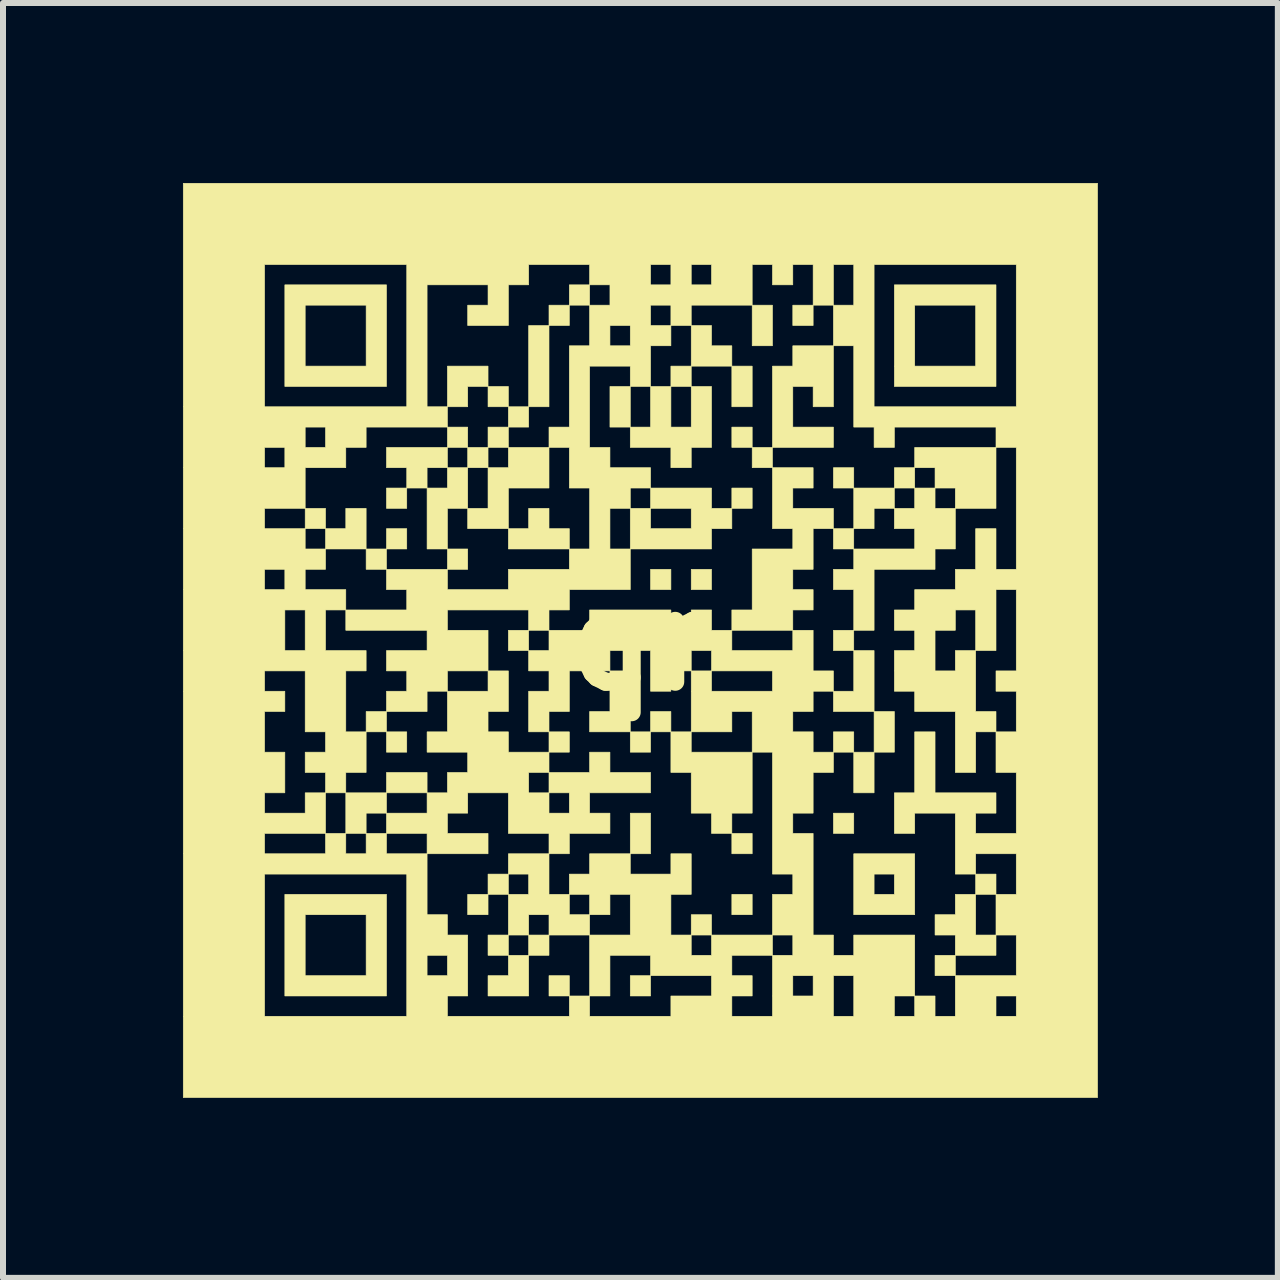
<source format=kicad_pcb>
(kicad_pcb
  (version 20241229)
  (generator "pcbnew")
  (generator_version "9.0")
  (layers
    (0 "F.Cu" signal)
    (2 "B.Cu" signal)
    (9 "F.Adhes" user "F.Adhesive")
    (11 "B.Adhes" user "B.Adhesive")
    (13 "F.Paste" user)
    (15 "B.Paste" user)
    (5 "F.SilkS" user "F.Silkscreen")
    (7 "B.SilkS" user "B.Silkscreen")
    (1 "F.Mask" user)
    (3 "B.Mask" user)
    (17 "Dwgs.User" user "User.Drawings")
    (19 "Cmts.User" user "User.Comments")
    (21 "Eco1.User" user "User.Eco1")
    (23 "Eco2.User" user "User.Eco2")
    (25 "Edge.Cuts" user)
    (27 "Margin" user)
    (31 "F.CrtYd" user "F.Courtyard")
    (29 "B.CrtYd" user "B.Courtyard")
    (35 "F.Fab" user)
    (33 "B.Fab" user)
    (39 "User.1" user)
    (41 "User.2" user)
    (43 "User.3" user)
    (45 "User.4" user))
  (footprint "qr"
    (layer "F.Cu")
    (at 7.625 7.625)
    (property "Reference" "qr" (at 0 0 0) (layer "F.SilkS") (effects (font (size 1.524 1.524) (thickness 0.3))))
    (attr through_hole)
    (fp_poly (pts (xy -5.588 -1.863) (xy -5.588 -2.201) (xy -5.249 -2.201) (xy -5.249 -1.863) (xy -5.588 -1.863)) (stroke (width 0.01) (type solid)) (fill yes) (layer "F.SilkS"))
    (fp_poly (pts (xy -4.572 1.524) (xy -4.572 1.185) (xy -4.233 1.185) (xy -4.233 1.524) (xy -4.572 1.524)) (stroke (width 0.01) (type solid)) (fill yes) (layer "F.SilkS"))
    (fp_poly (pts (xy -4.233 -1.863) (xy -3.895 -1.863) (xy -3.895 -1.524) (xy -4.233 -1.524) (xy -4.233 -1.863)) (stroke (width 0.01) (type solid)) (fill yes) (layer "F.SilkS"))
    (fp_poly (pts (xy -4.233 -1.185) (xy -4.572 -1.185) (xy -4.572 -1.524) (xy -4.233 -1.524) (xy -4.233 -1.185)) (stroke (width 0.01) (type solid)) (fill yes) (layer "F.SilkS"))
    (fp_poly (pts (xy -3.895 -2.201) (xy -4.233 -2.201) (xy -4.233 -2.54) (xy -3.895 -2.54) (xy -3.895 -2.201)) (stroke (width 0.01) (type solid)) (fill yes) (layer "F.SilkS"))
    (fp_poly (pts (xy -3.895 1.524) (xy -3.895 1.863) (xy -4.233 1.863) (xy -4.233 1.524) (xy -3.895 1.524)) (stroke (width 0.01) (type solid)) (fill yes) (layer "F.SilkS"))
    (fp_poly (pts (xy -3.217 -3.556) (xy -2.879 -3.556) (xy -2.879 -3.217) (xy -3.217 -3.217) (xy -3.217 -3.556)) (stroke (width 0.01) (type solid)) (fill yes) (layer "F.SilkS"))
    (fp_poly (pts (xy -2.879 -1.524) (xy -2.879 -1.185) (xy -3.217 -1.185) (xy -3.217 -1.524) (xy -2.879 -1.524)) (stroke (width 0.01) (type solid)) (fill yes) (layer "F.SilkS"))
    (fp_poly (pts (xy -2.54 -3.895) (xy -2.54 -4.233) (xy -2.201 -4.233) (xy -2.201 -3.895) (xy -2.54 -3.895)) (stroke (width 0.01) (type solid)) (fill yes) (layer "F.SilkS"))
    (fp_poly (pts (xy -2.54 -3.556) (xy -2.201 -3.556) (xy -2.201 -3.217) (xy -2.54 -3.217) (xy -2.54 -3.556)) (stroke (width 0.01) (type solid)) (fill yes) (layer "F.SilkS"))
    (fp_poly (pts (xy -2.54 -3.217) (xy -2.54 -2.879) (xy -2.879 -2.879) (xy -2.879 -3.217) (xy -2.54 -3.217)) (stroke (width 0.01) (type solid)) (fill yes) (layer "F.SilkS"))
    (fp_poly (pts (xy -2.54 4.572) (xy -2.879 4.572) (xy -2.879 4.233) (xy -2.54 4.233) (xy -2.54 4.572)) (stroke (width 0.01) (type solid)) (fill yes) (layer "F.SilkS"))
    (fp_poly (pts (xy -2.201 -3.895) (xy -1.863 -3.895) (xy -1.863 -3.556) (xy -2.201 -3.556) (xy -2.201 -3.895)) (stroke (width 0.01) (type solid)) (fill yes) (layer "F.SilkS"))
    (fp_poly (pts (xy -1.863 -5.249) (xy -1.524 -5.249) (xy -1.524 -3.895) (xy -1.863 -3.895) (xy -1.863 -5.249)) (stroke (width 0.01) (type solid)) (fill yes) (layer "F.SilkS"))
    (fp_poly (pts (xy -1.863 0.169) (xy -2.201 0.169) (xy -2.201 -0.169) (xy -1.863 -0.169) (xy -1.863 0.169)) (stroke (width 0.01) (type solid)) (fill yes) (layer "F.SilkS"))
    (fp_poly (pts (xy -1.524 -5.588) (xy -1.185 -5.588) (xy -1.185 -5.249) (xy -1.524 -5.249) (xy -1.524 -5.588)) (stroke (width 0.01) (type solid)) (fill yes) (layer "F.SilkS"))
    (fp_poly (pts (xy -1.524 1.524) (xy -1.185 1.524) (xy -1.185 1.863) (xy -1.524 1.863) (xy -1.524 1.524)) (stroke (width 0.01) (type solid)) (fill yes) (layer "F.SilkS"))
    (fp_poly (pts (xy -1.185 -5.927) (xy -0.847 -5.927) (xy -0.847 -5.588) (xy -1.185 -5.588) (xy -1.185 -5.927)) (stroke (width 0.01) (type solid)) (fill yes) (layer "F.SilkS"))
    (fp_poly (pts (xy -1.185 5.927) (xy -1.524 5.927) (xy -1.524 5.588) (xy -1.185 5.588) (xy -1.185 5.927)) (stroke (width 0.01) (type solid)) (fill yes) (layer "F.SilkS"))
    (fp_poly (pts (xy -0.508 -3.556) (xy -0.508 -4.233) (xy -0.169 -4.233) (xy -0.169 -3.556) (xy -0.508 -3.556)) (stroke (width 0.01) (type solid)) (fill yes) (layer "F.SilkS"))
    (fp_poly (pts (xy 0.169 1.185) (xy 0.508 1.185) (xy 0.508 1.524) (xy 0.169 1.524) (xy 0.169 1.185)) (stroke (width 0.01) (type solid)) (fill yes) (layer "F.SilkS"))
    (fp_poly (pts (xy 0.169 1.863) (xy -0.169 1.863) (xy -0.169 1.524) (xy 0.169 1.524) (xy 0.169 1.863)) (stroke (width 0.01) (type solid)) (fill yes) (layer "F.SilkS"))
    (fp_poly (pts (xy 0.169 3.556) (xy -0.169 3.556) (xy -0.169 2.879) (xy 0.169 2.879) (xy 0.169 3.556)) (stroke (width 0.01) (type solid)) (fill yes) (layer "F.SilkS"))
    (fp_poly (pts (xy 0.169 5.927) (xy -0.169 5.927) (xy -0.169 5.588) (xy 0.169 5.588) (xy 0.169 5.927)) (stroke (width 0.01) (type solid)) (fill yes) (layer "F.SilkS"))
    (fp_poly (pts (xy 0.508 -4.572) (xy 0.847 -4.572) (xy 0.847 -4.233) (xy 0.508 -4.233) (xy 0.508 -4.572)) (stroke (width 0.01) (type solid)) (fill yes) (layer "F.SilkS"))
    (fp_poly (pts (xy 0.508 -0.847) (xy 0.169 -0.847) (xy 0.169 -1.185) (xy 0.508 -1.185) (xy 0.508 -0.847)) (stroke (width 0.01) (type solid)) (fill yes) (layer "F.SilkS"))
    (fp_poly (pts (xy 1.185 -0.847) (xy 0.847 -0.847) (xy 0.847 -1.185) (xy 1.185 -1.185) (xy 1.185 -0.847)) (stroke (width 0.01) (type solid)) (fill yes) (layer "F.SilkS"))
    (fp_poly (pts (xy 1.185 4.911) (xy 0.847 4.911) (xy 0.847 4.572) (xy 1.185 4.572) (xy 1.185 4.911)) (stroke (width 0.01) (type solid)) (fill yes) (layer "F.SilkS"))
    (fp_poly (pts (xy 1.524 -3.217) (xy 1.524 -3.556) (xy 1.863 -3.556) (xy 1.863 -3.217) (xy 1.524 -3.217)) (stroke (width 0.01) (type solid)) (fill yes) (layer "F.SilkS"))
    (fp_poly (pts (xy 1.524 -2.54) (xy 1.863 -2.54) (xy 1.863 -2.201) (xy 1.524 -2.201) (xy 1.524 -2.54)) (stroke (width 0.01) (type solid)) (fill yes) (layer "F.SilkS"))
    (fp_poly (pts (xy 1.863 -3.895) (xy 1.524 -3.895) (xy 1.524 -4.572) (xy 1.863 -4.572) (xy 1.863 -3.895)) (stroke (width 0.01) (type solid)) (fill yes) (layer "F.SilkS"))
    (fp_poly (pts (xy 1.863 -2.879) (xy 1.863 -3.217) (xy 2.201 -3.217) (xy 2.201 -2.879) (xy 1.863 -2.879)) (stroke (width 0.01) (type solid)) (fill yes) (layer "F.SilkS"))
    (fp_poly (pts (xy 1.863 3.217) (xy 1.863 3.556) (xy 1.524 3.556) (xy 1.524 3.217) (xy 1.863 3.217)) (stroke (width 0.01) (type solid)) (fill yes) (layer "F.SilkS"))
    (fp_poly (pts (xy 1.863 4.572) (xy 1.524 4.572) (xy 1.524 4.233) (xy 1.863 4.233) (xy 1.863 4.572)) (stroke (width 0.01) (type solid)) (fill yes) (layer "F.SilkS"))
    (fp_poly (pts (xy 2.201 -4.911) (xy 1.863 -4.911) (xy 1.863 -5.588) (xy 2.201 -5.588) (xy 2.201 -4.911)) (stroke (width 0.01) (type solid)) (fill yes) (layer "F.SilkS"))
    (fp_poly (pts (xy 2.879 -5.249) (xy 2.54 -5.249) (xy 2.54 -5.588) (xy 2.879 -5.588) (xy 2.879 -5.249)) (stroke (width 0.01) (type solid)) (fill yes) (layer "F.SilkS"))
    (fp_poly (pts (xy 3.217 -2.54) (xy 3.217 -2.879) (xy 3.556 -2.879) (xy 3.556 -2.54) (xy 3.217 -2.54)) (stroke (width 0.01) (type solid)) (fill yes) (layer "F.SilkS"))
    (fp_poly (pts (xy 3.217 0.169) (xy 3.217 -0.169) (xy 3.556 -0.169) (xy 3.556 0.169) (xy 3.217 0.169)) (stroke (width 0.01) (type solid)) (fill yes) (layer "F.SilkS"))
    (fp_poly (pts (xy 3.217 1.863) (xy 3.217 1.524) (xy 3.556 1.524) (xy 3.556 1.863) (xy 3.217 1.863)) (stroke (width 0.01) (type solid)) (fill yes) (layer "F.SilkS"))
    (fp_poly (pts (xy 3.556 3.217) (xy 3.217 3.217) (xy 3.217 2.879) (xy 3.556 2.879) (xy 3.556 3.217)) (stroke (width 0.01) (type solid)) (fill yes) (layer "F.SilkS"))
    (fp_poly (pts (xy 3.895 1.185) (xy 4.233 1.185) (xy 4.233 1.863) (xy 3.895 1.863) (xy 3.895 1.185)) (stroke (width 0.01) (type solid)) (fill yes) (layer "F.SilkS"))
    (fp_poly (pts (xy 3.895 1.863) (xy 3.895 2.54) (xy 3.556 2.54) (xy 3.556 1.863) (xy 3.895 1.863)) (stroke (width 0.01) (type solid)) (fill yes) (layer "F.SilkS"))
    (fp_poly (pts (xy 5.249 5.588) (xy 4.911 5.588) (xy 4.911 5.249) (xy 5.249 5.249) (xy 5.249 5.588)) (stroke (width 0.01) (type solid)) (fill yes) (layer "F.SilkS"))
    (fp_poly (pts (xy 5.588 3.895) (xy 5.927 3.895) (xy 5.927 4.233) (xy 5.588 4.233) (xy 5.588 3.895)) (stroke (width 0.01) (type solid)) (fill yes) (layer "F.SilkS"))
    (fp_poly (pts (xy -5.249 -1.524) (xy -5.249 -1.863) (xy -4.911 -1.863) (xy -4.911 -2.201) (xy -4.572 -2.201) (xy -4.572 -1.524) (xy -5.249 -1.524)) (stroke (width 0.01) (type solid)) (fill yes) (layer "F.SilkS"))
    (fp_poly (pts (xy -2.54 -4.233) (xy -2.879 -4.233) (xy -2.879 -3.895) (xy -3.217 -3.895) (xy -3.217 -4.572) (xy -2.54 -4.572) (xy -2.54 -4.233)) (stroke (width 0.01) (type solid)) (fill yes) (layer "F.SilkS"))
    (fp_poly (pts (xy -0.847 1.524) (xy -0.847 1.185) (xy -0.508 1.185) (xy -0.508 0.508) (xy -0.169 0.508) (xy -0.169 1.524) (xy -0.847 1.524)) (stroke (width 0.01) (type solid)) (fill yes) (layer "F.SilkS"))
    (fp_poly (pts (xy 0.847 -5.249) (xy 1.185 -5.249) (xy 1.185 -4.911) (xy 1.524 -4.911) (xy 1.524 -4.572) (xy 0.847 -4.572) (xy 0.847 -5.249)) (stroke (width 0.01) (type solid)) (fill yes) (layer "F.SilkS"))
    (fp_poly (pts (xy 3.217 1.185) (xy 3.217 0.847) (xy 3.556 0.847) (xy 3.556 0.169) (xy 3.895 0.169) (xy 3.895 1.185) (xy 3.217 1.185)) (stroke (width 0.01) (type solid)) (fill yes) (layer "F.SilkS"))
    (fp_poly (pts (xy -3.895 -2.54) (xy -3.895 -2.879) (xy -4.233 -2.879) (xy -4.233 -3.217) (xy -3.217 -3.217) (xy -3.217 -2.879) (xy -3.556 -2.879) (xy -3.556 -2.54) (xy -3.895 -2.54)) (stroke (width 0.01) (type solid)) (fill yes) (layer "F.SilkS"))
    (fp_poly (pts (xy -3.217 -2.201) (xy -3.217 -1.524) (xy -3.556 -1.524) (xy -3.556 -2.54) (xy -3.217 -2.54) (xy -3.217 -2.879) (xy -2.879 -2.879) (xy -2.879 -2.201) (xy -3.217 -2.201)) (stroke (width 0.01) (type solid)) (fill yes) (layer "F.SilkS"))
    (fp_poly (pts (xy -1.863 -1.863) (xy -1.863 -2.201) (xy -1.524 -2.201) (xy -1.524 -1.863) (xy -1.185 -1.863) (xy -1.185 -1.524) (xy -2.201 -1.524) (xy -2.201 -1.863) (xy -1.863 -1.863)) (stroke (width 0.01) (type solid)) (fill yes) (layer "F.SilkS"))
    (fp_poly (pts (xy -2.879 -1.863) (xy -2.879 -2.201) (xy -2.54 -2.201) (xy -2.54 -2.879) (xy -2.201 -2.879) (xy -2.201 -3.217) (xy -1.524 -3.217) (xy -1.524 -2.54) (xy -2.201 -2.54) (xy -2.201 -1.863) (xy -2.879 -1.863)) (stroke (width 0.01) (type solid)) (fill yes) (layer "F.SilkS"))
    (fp_poly (pts (xy 5.249 4.911) (xy 4.911 4.911) (xy 4.911 4.572) (xy 5.249 4.572) (xy 5.249 4.233) (xy 5.588 4.233) (xy 5.588 4.911) (xy 5.927 4.911) (xy 5.927 5.249) (xy 5.249 5.249) (xy 5.249 4.911)) (stroke (width 0.01) (type solid)) (fill yes) (layer "F.SilkS"))
    (fp_poly (pts (xy -4.233 -4.233) (xy -5.927 -4.233) (xy -5.927 -5.588) (xy -5.588 -5.588) (xy -5.588 -4.572) (xy -4.572 -4.572) (xy -4.572 -5.588) (xy -5.588 -5.588) (xy -5.927 -5.588) (xy -5.927 -5.927) (xy -4.233 -5.927) (xy -4.233 -4.233)) (stroke (width 0.01) (type solid)) (fill yes) (layer "F.SilkS"))
    (fp_poly (pts (xy -4.233 5.927) (xy -5.927 5.927) (xy -5.927 4.572) (xy -5.588 4.572) (xy -5.588 5.588) (xy -4.572 5.588) (xy -4.572 4.572) (xy -5.588 4.572) (xy -5.927 4.572) (xy -5.927 4.233) (xy -4.233 4.233) (xy -4.233 5.927)) (stroke (width 0.01) (type solid)) (fill yes) (layer "F.SilkS"))
    (fp_poly (pts (xy 4.572 4.572) (xy 3.556 4.572) (xy 3.556 3.895) (xy 3.895 3.895) (xy 3.895 4.233) (xy 4.233 4.233) (xy 4.233 3.895) (xy 3.895 3.895) (xy 3.556 3.895) (xy 3.556 3.556) (xy 4.572 3.556) (xy 4.572 4.572)) (stroke (width 0.01) (type solid)) (fill yes) (layer "F.SilkS"))
    (fp_poly (pts (xy 5.927 -4.233) (xy 4.233 -4.233) (xy 4.233 -5.588) (xy 4.572 -5.588) (xy 4.572 -4.572) (xy 5.588 -4.572) (xy 5.588 -5.588) (xy 4.572 -5.588) (xy 4.233 -5.588) (xy 4.233 -5.927) (xy 5.927 -5.927) (xy 5.927 -4.233)) (stroke (width 0.01) (type solid)) (fill yes) (layer "F.SilkS"))
    (fp_poly (pts (xy 1.185 3.217) (xy 1.185 2.879) (xy 0.847 2.879) (xy 0.847 2.201) (xy 0.508 2.201) (xy 0.508 1.524) (xy 0.847 1.524) (xy 0.847 1.863) (xy 1.863 1.863) (xy 1.863 2.879) (xy 1.524 2.879) (xy 1.524 3.217) (xy 1.185 3.217)) (stroke (width 0.01) (type solid)) (fill yes) (layer "F.SilkS"))
    (fp_poly (pts (xy 2.201 -4.572) (xy 2.54 -4.572) (xy 2.54 -4.911) (xy 3.217 -4.911) (xy 3.217 -3.895) (xy 2.879 -3.895) (xy 2.879 -4.233) (xy 2.54 -4.233) (xy 2.54 -3.556) (xy 3.217 -3.556) (xy 3.217 -3.217) (xy 2.201 -3.217) (xy 2.201 -4.572)) (stroke (width 0.01) (type solid)) (fill yes) (layer "F.SilkS"))
    (fp_poly (pts (xy 0.169 -3.556) (xy 0.169 -4.233) (xy 0.508 -4.233) (xy 0.508 -3.556) (xy 0.847 -3.556) (xy 0.847 -4.233) (xy 1.185 -4.233) (xy 1.185 -3.217) (xy 0.847 -3.217) (xy 0.847 -2.879) (xy 0.508 -2.879) (xy 0.508 -3.217) (xy -0.169 -3.217) (xy -0.169 -3.556) (xy 0.169 -3.556)) (stroke (width 0.01) (type solid)) (fill yes) (layer "F.SilkS"))
    (fp_poly (pts (xy 1.524 -1.863) (xy 1.185 -1.863) (xy 1.185 -1.524) (xy -0.169 -1.524) (xy -0.169 -2.201) (xy 0.169 -2.201) (xy 0.169 -1.863) (xy 0.847 -1.863) (xy 0.847 -2.201) (xy 0.169 -2.201) (xy 0.169 -2.54) (xy 1.185 -2.54) (xy 1.185 -2.201) (xy 1.524 -2.201) (xy 1.524 -1.863)) (stroke (width 0.01) (type solid)) (fill yes) (layer "F.SilkS"))
    (fp_poly (pts (xy 2.879 -1.863) (xy 2.879 -1.185) (xy 2.54 -1.185) (xy 2.54 -0.847) (xy 2.879 -0.847) (xy 2.879 -0.508) (xy 2.54 -0.508) (xy 2.54 -0.169) (xy 1.524 -0.169) (xy 1.524 -0.508) (xy 1.863 -0.508) (xy 1.863 -1.524) (xy 2.54 -1.524) (xy 2.54 -1.863) (xy 2.201 -1.863) (xy 2.201 -2.879) (xy 2.879 -2.879) (xy 2.879 -2.54) (xy 2.54 -2.54) (xy 2.54 -2.201) (xy 3.217 -2.201) (xy 3.217 -1.863) (xy 2.879 -1.863)) (stroke (width 0.01) (type solid)) (fill yes) (layer "F.SilkS"))
    (fp_poly (pts (xy -2.54 3.895) (xy -2.201 3.895) (xy -2.201 4.233) (xy -1.863 4.233) (xy -1.863 3.895) (xy -2.201 3.895) (xy -2.201 3.556) (xy -1.524 3.556) (xy -1.524 4.233) (xy -1.185 4.233) (xy -1.185 4.572) (xy -0.847 4.572) (xy -0.847 4.911) (xy -1.524 4.911) (xy -1.524 5.249) (xy -1.863 5.249) (xy -1.863 5.927) (xy -2.54 5.927) (xy -2.54 5.588) (xy -2.201 5.588) (xy -2.201 5.249) (xy -2.54 5.249) (xy -2.54 4.911) (xy -2.201 4.911) (xy -2.201 5.249) (xy -1.863 5.249) (xy -1.863 4.911) (xy -2.201 4.911) (xy -2.201 4.572) (xy -1.863 4.572) (xy -1.863 4.911) (xy -1.524 4.911) (xy -1.524 4.572) (xy -1.863 4.572) (xy -2.201 4.572) (xy -2.201 4.233) (xy -2.54 4.233) (xy -2.54 3.895)) (stroke (width 0.01) (type solid)) (fill yes) (layer "F.SilkS"))
    (fp_poly (pts (xy 4.233 -2.54) (xy 4.233 -2.201) (xy 4.572 -2.201) (xy 4.572 -2.54) (xy 4.233 -2.54) (xy 4.233 -2.879) (xy 4.572 -2.879) (xy 4.572 -2.54) (xy 4.911 -2.54) (xy 4.911 -2.201) (xy 5.249 -2.201) (xy 5.249 -2.54) (xy 4.911 -2.54) (xy 4.911 -2.879) (xy 4.572 -2.879) (xy 4.572 -3.217) (xy 5.927 -3.217) (xy 5.927 -2.201) (xy 5.249 -2.201) (xy 5.249 -1.524) (xy 4.911 -1.524) (xy 4.911 -1.185) (xy 3.895 -1.185) (xy 3.895 -0.169) (xy 3.556 -0.169) (xy 3.556 -0.847) (xy 3.217 -0.847) (xy 3.217 -1.185) (xy 3.556 -1.185) (xy 3.556 -1.524) (xy 3.217 -1.524) (xy 3.217 -1.863) (xy 3.556 -1.863) (xy 3.556 -1.524) (xy 4.572 -1.524) (xy 4.572 -1.863) (xy 4.233 -1.863) (xy 4.233 -2.201) (xy 3.895 -2.201) (xy 3.895 -1.863) (xy 3.556 -1.863) (xy 3.556 -2.54) (xy 4.233 -2.54)) (stroke (width 0.01) (type solid)) (fill yes) (layer "F.SilkS"))
    (fp_poly (pts (xy -1.524 2.201) (xy -0.847 2.201) (xy -0.847 1.863) (xy -0.508 1.863) (xy -0.508 2.201) (xy 0.169 2.201) (xy 0.169 2.54) (xy -0.847 2.54) (xy -0.847 2.879) (xy -0.508 2.879) (xy -0.508 3.217) (xy -1.185 3.217) (xy -1.185 3.556) (xy -1.524 3.556) (xy -1.524 3.217) (xy -2.201 3.217) (xy -2.201 2.879) (xy -1.524 2.879) (xy -1.185 2.879) (xy -1.185 2.54) (xy -1.524 2.54) (xy -1.524 2.879) (xy -2.201 2.879) (xy -2.201 2.54) (xy -2.879 2.54) (xy -2.879 2.879) (xy -3.217 2.879) (xy -3.217 3.217) (xy -2.54 3.217) (xy -2.54 3.556) (xy -3.556 3.556) (xy -3.556 3.217) (xy -4.233 3.217) (xy -4.233 2.879) (xy -4.572 2.879) (xy -4.572 3.217) (xy -4.911 3.217) (xy -4.911 2.54) (xy -4.233 2.54) (xy -4.233 2.879) (xy -3.556 2.879) (xy -3.556 2.54) (xy -4.233 2.54) (xy -4.233 2.201) (xy -3.556 2.201) (xy -3.556 2.54) (xy -3.217 2.54) (xy -3.217 2.201) (xy -2.879 2.201) (xy -1.863 2.201) (xy -1.863 2.54) (xy -1.524 2.54) (xy -1.524 2.201) (xy -1.863 2.201) (xy -2.879 2.201) (xy -2.879 1.863) (xy -3.556 1.863) (xy -3.556 1.524) (xy -3.217 1.524) (xy -3.217 0.847) (xy -2.54 0.847) (xy -2.54 0.508) (xy -2.201 0.508) (xy -2.201 1.185) (xy -2.54 1.185) (xy -2.54 1.524) (xy -2.201 1.524) (xy -2.201 1.863) (xy -1.524 1.863) (xy -1.524 2.201)) (stroke (width 0.01) (type solid)) (fill yes) (layer "F.SilkS"))
    (fp_poly (pts (xy 7.62 7.62) (xy -7.62 7.62) (xy -7.62 3.895) (xy -6.265 3.895) (xy -6.265 6.265) (xy -3.895 6.265) (xy -3.895 5.249) (xy -3.556 5.249) (xy -3.556 5.588) (xy -3.217 5.588) (xy -3.217 5.249) (xy -3.556 5.249) (xy -3.895 5.249) (xy -3.895 3.895) (xy -6.265 3.895) (xy -7.62 3.895) (xy -7.62 3.217) (xy -6.265 3.217) (xy -6.265 3.556) (xy -5.249 3.556) (xy -5.249 3.217) (xy -4.911 3.217) (xy -4.911 3.556) (xy -4.572 3.556) (xy -4.572 3.217) (xy -4.233 3.217) (xy -4.233 3.556) (xy -3.556 3.556) (xy -3.556 4.572) (xy -3.217 4.572) (xy -3.217 4.911) (xy -2.879 4.911) (xy -2.879 5.927) (xy -3.217 5.927) (xy -3.217 6.265) (xy -1.185 6.265) (xy -0.847 6.265) (xy 0.508 6.265) (xy 0.508 5.927) (xy 1.185 5.927) (xy 1.185 5.588) (xy 0.169 5.588) (xy 0.169 5.249) (xy -0.508 5.249) (xy -0.508 5.927) (xy -0.847 5.927) (xy -0.847 6.265) (xy -1.185 6.265) (xy -1.185 5.927) (xy -0.847 5.927) (xy -0.847 4.911) (xy -0.169 4.911) (xy -0.169 4.233) (xy -0.508 4.233) (xy -0.508 4.572) (xy -0.847 4.572) (xy -0.847 4.233) (xy -1.185 4.233) (xy -1.185 3.895) (xy -0.847 3.895) (xy -0.847 3.556) (xy -0.169 3.556) (xy -0.169 3.895) (xy 0.508 3.895) (xy 0.508 3.556) (xy 0.847 3.556) (xy 0.847 4.233) (xy 0.508 4.233) (xy 0.508 4.911) (xy 0.847 4.911) (xy 0.847 5.249) (xy 1.185 5.249) (xy 1.524 5.249) (xy 1.524 5.588) (xy 1.863 5.588) (xy 1.863 5.927) (xy 1.524 5.927) (xy 1.524 6.265) (xy 2.201 6.265) (xy 2.201 5.588) (xy 2.54 5.588) (xy 2.54 5.927) (xy 2.879 5.927) (xy 2.879 5.588) (xy 3.217 5.588) (xy 3.217 6.265) (xy 3.556 6.265) (xy 3.556 5.927) (xy 4.233 5.927) (xy 4.233 6.265) (xy 4.572 6.265) (xy 4.572 5.927) (xy 4.233 5.927) (xy 3.556 5.927) (xy 3.556 5.588) (xy 3.217 5.588) (xy 2.879 5.588) (xy 2.54 5.588) (xy 2.201 5.588) (xy 2.201 5.249) (xy 1.524 5.249) (xy 1.185 5.249) (xy 1.185 4.911) (xy 2.201 4.911) (xy 2.201 5.249) (xy 2.54 5.249) (xy 2.54 4.911) (xy 2.201 4.911) (xy 2.201 4.233) (xy 2.54 4.233) (xy 2.54 3.895) (xy 2.201 3.895) (xy 2.201 1.863) (xy 1.863 1.863) (xy 1.863 1.185) (xy 1.524 1.185) (xy 1.524 1.524) (xy 0.847 1.524) (xy 0.847 0.508) (xy 0.508 0.508) (xy 0.508 0.847) (xy 0.169 0.847) (xy 0.169 0.169) (xy 0.847 0.169) (xy 0.847 0.508) (xy 1.185 0.508) (xy 1.185 0.847) (xy 2.201 0.847) (xy 2.201 0.508) (xy 1.185 0.508) (xy 1.185 0.169) (xy 0.847 0.169) (xy 0.169 0.169) (xy -0.508 0.169) (xy -0.508 0.508) (xy -1.185 0.508) (xy -1.185 1.185) (xy -1.524 1.185) (xy -1.524 1.524) (xy -1.863 1.524) (xy -1.863 0.847) (xy -1.524 0.847) (xy -1.524 0.508) (xy -1.863 0.508) (xy -1.863 0.169) (xy -1.524 0.169) (xy -1.524 -0.169) (xy -1.863 -0.169) (xy -1.863 -0.508) (xy -1.524 -0.508) (xy -1.524 -0.169) (xy -0.847 -0.169) (xy -0.847 -0.508) (xy 0.508 -0.508) (xy 0.508 -0.169) (xy 0.847 -0.169) (xy 0.847 -0.508) (xy 1.185 -0.508) (xy 1.185 -0.169) (xy 1.524 -0.169) (xy 1.524 0.169) (xy 2.54 0.169) (xy 2.54 -0.169) (xy 2.879 -0.169) (xy 2.879 0.508) (xy 3.217 0.508) (xy 3.217 0.847) (xy 2.879 0.847) (xy 2.879 1.185) (xy 2.54 1.185) (xy 2.54 1.524) (xy 2.879 1.524) (xy 2.879 1.863) (xy 3.217 1.863) (xy 3.217 2.201) (xy 2.879 2.201) (xy 2.879 2.879) (xy 2.54 2.879) (xy 2.54 3.217) (xy 2.879 3.217) (xy 2.879 4.911) (xy 3.217 4.911) (xy 3.217 5.249) (xy 3.556 5.249) (xy 3.556 4.911) (xy 4.572 4.911) (xy 4.572 5.927) (xy 4.911 5.927) (xy 4.911 6.265) (xy 5.249 6.265) (xy 5.249 5.927) (xy 5.927 5.927) (xy 5.927 6.265) (xy 6.265 6.265) (xy 6.265 5.927) (xy 5.927 5.927) (xy 5.249 5.927) (xy 5.249 5.588) (xy 6.265 5.588) (xy 6.265 4.911) (xy 5.927 4.911) (xy 5.927 4.233) (xy 6.265 4.233) (xy 6.265 3.556) (xy 5.588 3.556) (xy 5.588 3.895) (xy 5.249 3.895) (xy 5.249 2.879) (xy 4.572 2.879) (xy 4.572 3.217) (xy 4.233 3.217) (xy 4.233 2.54) (xy 4.572 2.54) (xy 4.572 1.524) (xy 4.911 1.524) (xy 4.911 2.54) (xy 5.927 2.54) (xy 5.927 2.879) (xy 5.588 2.879) (xy 5.588 3.217) (xy 6.265 3.217) (xy 6.265 2.201) (xy 5.927 2.201) (xy 5.927 1.524) (xy 5.588 1.524) (xy 5.588 2.201) (xy 5.249 2.201) (xy 5.249 1.185) (xy 5.588 1.185) (xy 5.927 1.185) (xy 5.927 1.524) (xy 6.265 1.524) (xy 6.265 0.847) (xy 5.927 0.847) (xy 5.927 0.508) (xy 6.265 0.508) (xy 6.265 -0.847) (xy 5.927 -0.847) (xy 5.927 0.169) (xy 5.588 0.169) (xy 5.588 1.185) (xy 5.249 1.185) (xy 4.572 1.185) (xy 4.572 0.847) (xy 4.233 0.847) (xy 4.233 0.169) (xy 4.572 0.169) (xy 4.572 -0.169) (xy 4.911 -0.169) (xy 4.911 0.508) (xy 5.249 0.508) (xy 5.249 0.169) (xy 5.588 0.169) (xy 5.588 -0.508) (xy 5.249 -0.508) (xy 5.249 -0.169) (xy 4.911 -0.169) (xy 4.572 -0.169) (xy 4.233 -0.169) (xy 4.233 -0.508) (xy 4.572 -0.508) (xy 4.572 -0.847) (xy 5.249 -0.847) (xy 5.249 -1.185) (xy 5.588 -1.185) (xy 5.588 -1.863) (xy 5.927 -1.863) (xy 5.927 -1.185) (xy 6.265 -1.185) (xy 6.265 -3.217) (xy 5.927 -3.217) (xy 5.927 -3.556) (xy 4.233 -3.556) (xy 4.233 -3.217) (xy 3.895 -3.217) (xy 3.895 -3.556) (xy 3.556 -3.556) (xy 3.556 -4.911) (xy 3.217 -4.911) (xy 3.217 -5.588) (xy 2.879 -5.588) (xy 2.879 -6.265) (xy 3.217 -6.265) (xy 3.217 -5.588) (xy 3.556 -5.588) (xy 3.556 -6.265) (xy 3.895 -6.265) (xy 3.895 -3.895) (xy 6.265 -3.895) (xy 6.265 -6.265) (xy 3.895 -6.265) (xy 3.556 -6.265) (xy 3.217 -6.265) (xy 2.879 -6.265) (xy 2.54 -6.265) (xy 2.54 -5.927) (xy 2.201 -5.927) (xy 2.201 -6.265) (xy 1.863 -6.265) (xy 1.863 -5.588) (xy 0.847 -5.588) (xy 0.847 -5.249) (xy 0.508 -5.249) (xy 0.508 -4.911) (xy 0.169 -4.911) (xy 0.169 -4.233) (xy -0.169 -4.233) (xy -0.169 -4.572) (xy -0.847 -4.572) (xy -0.847 -3.217) (xy -0.508 -3.217) (xy -0.508 -2.879) (xy 0.169 -2.879) (xy 0.169 -2.54) (xy -0.169 -2.54) (xy -0.169 -2.201) (xy -0.508 -2.201) (xy -0.508 -1.524) (xy -0.169 -1.524) (xy -0.169 -0.847) (xy -1.185 -0.847) (xy -1.185 -0.508) (xy -1.524 -0.508) (xy -1.863 -0.508) (xy -3.217 -0.508) (xy -3.217 -0.169) (xy -2.54 -0.169) (xy -2.54 0.508) (xy -3.217 0.508) (xy -3.217 0.847) (xy -3.556 0.847) (xy -3.556 1.185) (xy -4.233 1.185) (xy -4.233 0.847) (xy -3.895 0.847) (xy -3.895 0.508) (xy -4.233 0.508) (xy -4.233 0.169) (xy -3.556 0.169) (xy -3.556 -0.169) (xy -4.911 -0.169) (xy -4.911 -0.508) (xy -5.249 -0.508) (xy -5.249 0.169) (xy -4.572 0.169) (xy -4.572 0.508) (xy -4.911 0.508) (xy -4.911 1.524) (xy -4.572 1.524) (xy -4.572 2.201) (xy -4.911 2.201) (xy -4.911 2.54) (xy -5.249 2.54) (xy -5.249 3.217) (xy -6.265 3.217) (xy -7.62 3.217) (xy -7.62 0.508) (xy -6.265 0.508) (xy -6.265 0.847) (xy -5.927 0.847) (xy -5.927 1.185) (xy -6.265 1.185) (xy -6.265 1.863) (xy -5.927 1.863) (xy -5.927 2.54) (xy -6.265 2.54) (xy -6.265 2.879) (xy -5.588 2.879) (xy -5.588 2.54) (xy -5.249 2.54) (xy -5.249 2.201) (xy -5.588 2.201) (xy -5.588 1.863) (xy -5.249 1.863) (xy -5.249 1.524) (xy -5.588 1.524) (xy -5.588 0.508) (xy -6.265 0.508) (xy -7.62 0.508) (xy -7.62 -0.508) (xy -5.927 -0.508) (xy -5.927 0.169) (xy -5.588 0.169) (xy -5.588 -0.508) (xy -5.927 -0.508) (xy -7.62 -0.508) (xy -7.62 -1.185) (xy -6.265 -1.185) (xy -6.265 -0.847) (xy -5.927 -0.847) (xy -5.927 -1.185) (xy -6.265 -1.185) (xy -7.62 -1.185) (xy -7.62 -2.201) (xy -6.265 -2.201) (xy -6.265 -1.863) (xy -5.588 -1.863) (xy -5.588 -1.524) (xy -5.249 -1.524) (xy -5.249 -1.185) (xy -5.588 -1.185) (xy -5.588 -0.847) (xy -4.911 -0.847) (xy -4.911 -0.508) (xy -3.895 -0.508) (xy -3.895 -0.847) (xy -4.233 -0.847) (xy -4.233 -1.185) (xy -3.217 -1.185) (xy -3.217 -0.847) (xy -2.201 -0.847) (xy -2.201 -1.185) (xy -1.185 -1.185) (xy -1.185 -1.524) (xy -0.847 -1.524) (xy -0.847 -2.54) (xy -1.185 -2.54) (xy -1.185 -3.217) (xy -1.524 -3.217) (xy -1.524 -3.556) (xy -1.185 -3.556) (xy -1.185 -4.911) (xy -0.847 -4.911) (xy -0.847 -5.249) (xy -0.508 -5.249) (xy -0.508 -4.911) (xy -0.169 -4.911) (xy -0.169 -5.249) (xy -0.508 -5.249) (xy -0.847 -5.249) (xy -0.847 -5.588) (xy -0.508 -5.588) (xy 0.169 -5.588) (xy 0.169 -5.249) (xy 0.508 -5.249) (xy 0.508 -5.588) (xy 0.169 -5.588) (xy -0.508 -5.588) (xy -0.508 -5.927) (xy -0.847 -5.927) (xy -0.847 -6.265) (xy 0.169 -6.265) (xy 0.169 -5.927) (xy 0.508 -5.927) (xy 0.508 -6.265) (xy 0.847 -6.265) (xy 0.847 -5.927) (xy 1.185 -5.927) (xy 1.185 -6.265) (xy 0.847 -6.265) (xy 0.508 -6.265) (xy 0.169 -6.265) (xy -0.847 -6.265) (xy -1.863 -6.265) (xy -1.863 -5.927) (xy -2.201 -5.927) (xy -2.201 -5.249) (xy -2.879 -5.249) (xy -2.879 -5.588) (xy -2.54 -5.588) (xy -2.54 -5.927) (xy -3.556 -5.927) (xy -3.556 -3.895) (xy -3.217 -3.895) (xy -3.217 -3.556) (xy -4.572 -3.556) (xy -4.572 -3.217) (xy -4.911 -3.217) (xy -4.911 -2.879) (xy -5.588 -2.879) (xy -5.588 -2.201) (xy -6.265 -2.201) (xy -7.62 -2.201) (xy -7.62 -3.217) (xy -6.265 -3.217) (xy -6.265 -2.879) (xy -5.927 -2.879) (xy -5.927 -3.217) (xy -6.265 -3.217) (xy -7.62 -3.217) (xy -7.62 -3.556) (xy -5.588 -3.556) (xy -5.588 -3.217) (xy -5.249 -3.217) (xy -5.249 -3.556) (xy -5.588 -3.556) (xy -7.62 -3.556) (xy -7.62 -6.265) (xy -6.265 -6.265) (xy -6.265 -3.895) (xy -3.895 -3.895) (xy -3.895 -6.265) (xy -6.265 -6.265) (xy -7.62 -6.265) (xy -7.62 -7.62) (xy 7.62 -7.62) (xy 7.62 7.62)) (stroke (width 0.01) (type solid)) (fill yes) (layer "F.SilkS")))
  (gr_rect
    (start -3 -3)
    (end 18.25 18.25)
    (stroke (width 0.1) (type default))
    (fill no)
    (layer "Edge.Cuts")))
</source>
